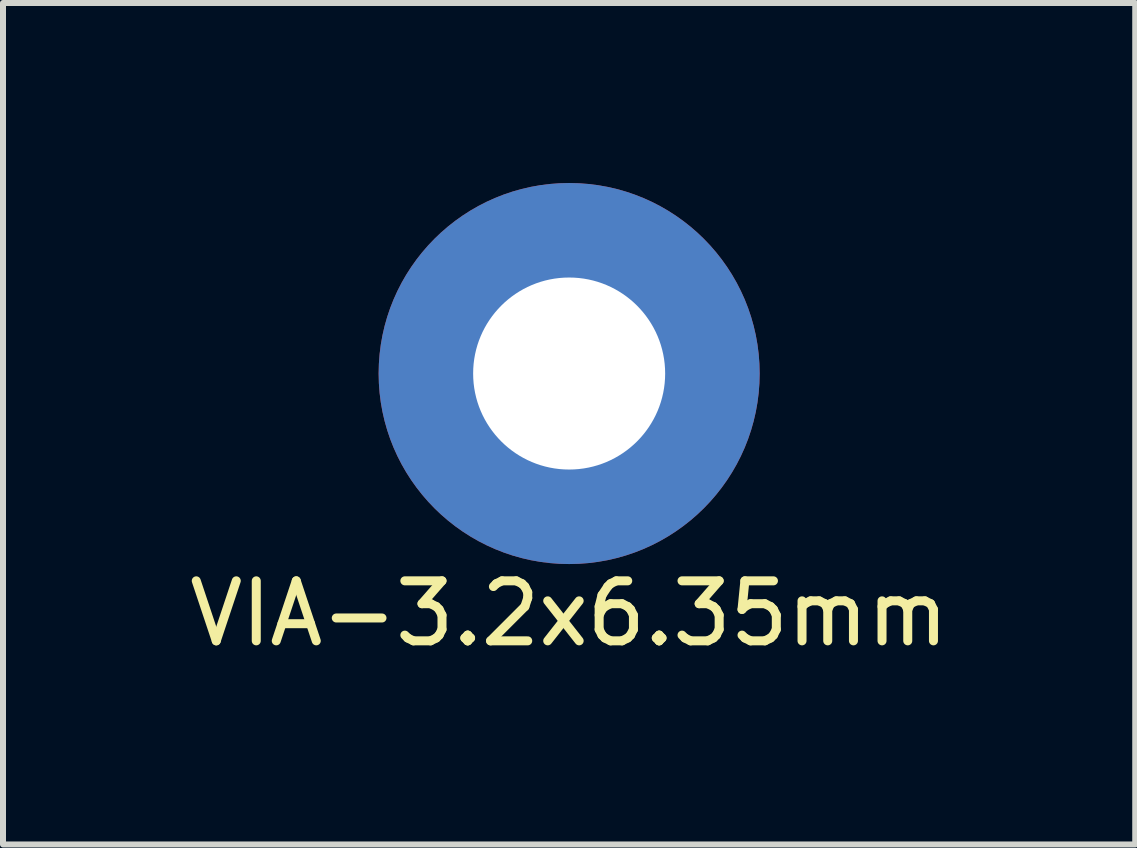
<source format=kicad_pcb>
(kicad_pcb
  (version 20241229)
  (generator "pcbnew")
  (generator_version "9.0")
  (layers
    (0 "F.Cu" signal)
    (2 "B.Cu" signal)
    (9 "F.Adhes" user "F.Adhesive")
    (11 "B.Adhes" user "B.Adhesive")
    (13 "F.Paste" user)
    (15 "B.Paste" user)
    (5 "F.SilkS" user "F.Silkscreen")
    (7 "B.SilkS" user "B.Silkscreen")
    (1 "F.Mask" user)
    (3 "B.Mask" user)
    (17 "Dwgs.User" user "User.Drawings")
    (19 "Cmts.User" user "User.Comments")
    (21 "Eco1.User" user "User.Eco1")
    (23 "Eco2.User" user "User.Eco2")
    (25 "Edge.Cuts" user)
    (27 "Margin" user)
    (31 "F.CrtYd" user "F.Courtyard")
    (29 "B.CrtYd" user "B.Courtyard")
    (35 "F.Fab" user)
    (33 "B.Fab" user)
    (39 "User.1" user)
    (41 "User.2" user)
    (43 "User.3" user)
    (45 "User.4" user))
  (footprint "VIA-3.2x6.35mm"
    (layer "F.Cu")
    (at 6.435 3.175)
    (property "Reference" "VIA-3.2x6.35mm" (at 0 4 0) (layer "F.SilkS") (effects (font (size 1 1) (thickness 0.15))))
    (attr through_hole)
    (pad "1" thru_hole circle (at 0 0) (size 6.35 6.35) (drill 3.2) (layers "*.Cu" "*.Mask")))
  (gr_rect
    (start -3 -3)
    (end 15.869 11.023)
    (stroke (width 0.1) (type default))
    (fill no)
    (layer "Edge.Cuts")))
</source>
